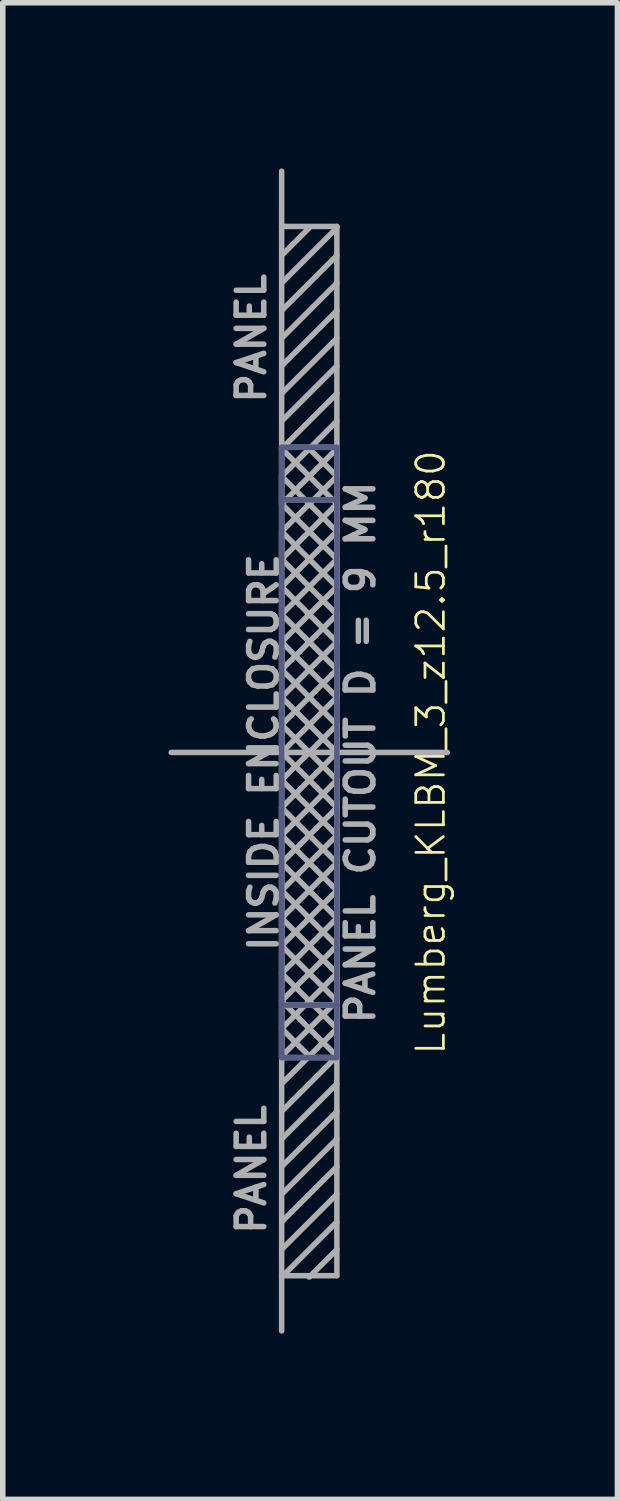
<source format=kicad_pcb>
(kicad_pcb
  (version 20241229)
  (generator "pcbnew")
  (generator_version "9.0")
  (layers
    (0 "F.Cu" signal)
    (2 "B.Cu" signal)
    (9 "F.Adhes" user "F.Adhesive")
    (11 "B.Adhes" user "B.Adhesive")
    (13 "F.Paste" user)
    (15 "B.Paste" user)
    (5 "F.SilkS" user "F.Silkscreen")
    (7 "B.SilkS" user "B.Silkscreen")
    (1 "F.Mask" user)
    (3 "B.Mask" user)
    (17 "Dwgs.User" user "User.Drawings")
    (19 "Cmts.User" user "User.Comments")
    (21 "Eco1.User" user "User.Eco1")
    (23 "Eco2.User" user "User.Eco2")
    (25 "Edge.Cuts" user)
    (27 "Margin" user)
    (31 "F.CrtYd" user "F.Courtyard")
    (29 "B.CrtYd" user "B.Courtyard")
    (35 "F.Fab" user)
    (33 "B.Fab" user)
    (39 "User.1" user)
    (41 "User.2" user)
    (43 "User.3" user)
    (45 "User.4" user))
  (footprint "Lumberg_KLBM_3_z12.5_r180"
    (layer "F.Cu")
    (at 2.05 10.575)
    (property "Reference" "Lumberg_KLBM_3_z12.5_r180" (at 2.7 0 90) (layer "F.SilkS") (effects (font (size 0.5 0.5) (thickness 0.05))))
    (attr through_hole)
    (fp_line (start 0 -5.525) (end 0 -5.5) (stroke (width 0.1) (type solid)) (layer "B.Fab"))
    (fp_line (start 0 -5.5) (end 0 -4.5) (stroke (width 0.1) (type solid)) (layer "B.Fab"))
    (fp_line (start 0 -4.575) (end 1 -4.575) (stroke (width 0.1) (type solid)) (layer "B.Fab"))
    (fp_line (start 0 4.5) (end 0 -5.5) (stroke (width 0.1) (type solid)) (layer "B.Fab"))
    (fp_line (start 0 4.575) (end 1 4.575) (stroke (width 0.1) (type solid)) (layer "B.Fab"))
    (fp_line (start 0 5.5) (end 0 4.5) (stroke (width 0.1) (type solid)) (layer "B.Fab"))
    (fp_line (start 0 5.525) (end 0 5.45) (stroke (width 0.1) (type solid)) (layer "B.Fab"))
    (fp_line (start 1 -5.525) (end 0 -5.525) (stroke (width 0.1) (type solid)) (layer "B.Fab"))
    (fp_line (start 1 -5.5) (end 1 -5.525) (stroke (width 0.1) (type solid)) (layer "B.Fab"))
    (fp_line (start 1 -5.5) (end 1 5.5) (stroke (width 0.1) (type solid)) (layer "B.Fab"))
    (fp_line (start 1 5.525) (end 0 5.525) (stroke (width 0.1) (type solid)) (layer "B.Fab"))
    (fp_line (start -2 0) (end 3 0) (stroke (width 0.1) (type solid)) (layer "F.Fab"))
    (fp_line (start 0 -9.525) (end 0 -10.525) (stroke (width 0.1) (type solid)) (layer "F.Fab"))
    (fp_line (start 0 -9.525) (end 1 -9.525) (stroke (width 0.1) (type solid)) (layer "F.Fab"))
    (fp_line (start 0 -9) (end 0.5 -9.5) (stroke (width 0.1) (type solid)) (layer "F.Fab"))
    (fp_line (start 0 -6.5) (end 1 -7.5) (stroke (width 0.1) (type solid)) (layer "F.Fab"))
    (fp_line (start 0 -5.525) (end 1 -5.525) (stroke (width 0.1) (type solid)) (layer "F.Fab"))
    (fp_line (start 0 -5.5) (end 1 -6.5) (stroke (width 0.1) (type solid)) (layer "F.Fab"))
    (fp_line (start 0 -5.5) (end 1 -4.5) (stroke (width 0.1) (type solid)) (layer "F.Fab"))
    (fp_line (start 0 -5) (end 0.5 -5.5) (stroke (width 0.1) (type solid)) (layer "F.Fab"))
    (fp_line (start 0 -5) (end 1 -4) (stroke (width 0.1) (type solid)) (layer "F.Fab"))
    (fp_line (start 0 -4.575) (end 1 -4.575) (stroke (width 0.1) (type solid)) (layer "F.Fab"))
    (fp_line (start 0 -4.5) (end 0 -5) (stroke (width 0.1) (type solid)) (layer "F.Fab"))
    (fp_line (start 0 -4.5) (end 1 -3.5) (stroke (width 0.1) (type solid)) (layer "F.Fab"))
    (fp_line (start 0 -4) (end 1 -5) (stroke (width 0.1) (type solid)) (layer "F.Fab"))
    (fp_line (start 0 -4) (end 1 -3) (stroke (width 0.1) (type solid)) (layer "F.Fab"))
    (fp_line (start 0 -3.5) (end 0 -4) (stroke (width 0.1) (type solid)) (layer "F.Fab"))
    (fp_line (start 0 -3.5) (end 1 -2.5) (stroke (width 0.1) (type solid)) (layer "F.Fab"))
    (fp_line (start 0 -3) (end 1 -4) (stroke (width 0.1) (type solid)) (layer "F.Fab"))
    (fp_line (start 0 -3) (end 1 -2) (stroke (width 0.1) (type solid)) (layer "F.Fab"))
    (fp_line (start 0 -2.5) (end 0 -3) (stroke (width 0.1) (type solid)) (layer "F.Fab"))
    (fp_line (start 0 -2) (end 1 -3) (stroke (width 0.1) (type solid)) (layer "F.Fab"))
    (fp_line (start 0 -2) (end 1 -1) (stroke (width 0.1) (type solid)) (layer "F.Fab"))
    (fp_line (start 0 -1.5) (end 0 -2) (stroke (width 0.1) (type solid)) (layer "F.Fab"))
    (fp_line (start 0 -1.5) (end 1 -0.5) (stroke (width 0.1) (type solid)) (layer "F.Fab"))
    (fp_line (start 0 -1) (end 1 -2) (stroke (width 0.1) (type solid)) (layer "F.Fab"))
    (fp_line (start 0 -0.5) (end 0 -1) (stroke (width 0.1) (type solid)) (layer "F.Fab"))
    (fp_line (start 0 -0.5) (end 0 0) (stroke (width 0.1) (type solid)) (layer "F.Fab"))
    (fp_line (start 0 0) (end 1 -1) (stroke (width 0.1) (type solid)) (layer "F.Fab"))
    (fp_line (start 0 0) (end 1 1) (stroke (width 0.1) (type solid)) (layer "F.Fab"))
    (fp_line (start 0 0.5) (end 0 0) (stroke (width 0.1) (type solid)) (layer "F.Fab"))
    (fp_line (start 0 1) (end 1 0) (stroke (width 0.1) (type solid)) (layer "F.Fab"))
    (fp_line (start 0 1) (end 1 2) (stroke (width 0.1) (type solid)) (layer "F.Fab"))
    (fp_line (start 0 1.5) (end 0 1) (stroke (width 0.1) (type solid)) (layer "F.Fab"))
    (fp_line (start 0 1.5) (end 0 2) (stroke (width 0.1) (type solid)) (layer "F.Fab"))
    (fp_line (start 0 2) (end 1 1) (stroke (width 0.1) (type solid)) (layer "F.Fab"))
    (fp_line (start 0 2) (end 1 3) (stroke (width 0.1) (type solid)) (layer "F.Fab"))
    (fp_line (start 0 2.5) (end 0 2) (stroke (width 0.1) (type solid)) (layer "F.Fab"))
    (fp_line (start 0 2.5) (end 0 3) (stroke (width 0.1) (type solid)) (layer "F.Fab"))
    (fp_line (start 0 3) (end 1 2) (stroke (width 0.1) (type solid)) (layer "F.Fab"))
    (fp_line (start 0 3) (end 1 4) (stroke (width 0.1) (type solid)) (layer "F.Fab"))
    (fp_line (start 0 3.5) (end 0 3) (stroke (width 0.1) (type solid)) (layer "F.Fab"))
    (fp_line (start 0 3.5) (end 0 4) (stroke (width 0.1) (type solid)) (layer "F.Fab"))
    (fp_line (start 0 4) (end 1 3) (stroke (width 0.1) (type solid)) (layer "F.Fab"))
    (fp_line (start 0 4) (end 1 5) (stroke (width 0.1) (type solid)) (layer "F.Fab"))
    (fp_line (start 0 4.5) (end 0 4) (stroke (width 0.1) (type solid)) (layer "F.Fab"))
    (fp_line (start 0 4.5) (end 0 5) (stroke (width 0.1) (type solid)) (layer "F.Fab"))
    (fp_line (start 0 4.575) (end 1 4.575) (stroke (width 0.1) (type solid)) (layer "F.Fab"))
    (fp_line (start 0 5) (end 0.5 5.5) (stroke (width 0.1) (type solid)) (layer "F.Fab"))
    (fp_line (start 0 5) (end 1 4) (stroke (width 0.1) (type solid)) (layer "F.Fab"))
    (fp_line (start 0 5.5) (end 0 5) (stroke (width 0.1) (type solid)) (layer "F.Fab"))
    (fp_line (start 0 5.525) (end 1 5.525) (stroke (width 0.1) (type solid)) (layer "F.Fab"))
    (fp_line (start 0 7) (end 1 6) (stroke (width 0.1) (type solid)) (layer "F.Fab"))
    (fp_line (start 0 8) (end 1 7) (stroke (width 0.1) (type solid)) (layer "F.Fab"))
    (fp_line (start 0 9) (end 1 8) (stroke (width 0.1) (type solid)) (layer "F.Fab"))
    (fp_line (start 0 9.475) (end 0 -9.525) (stroke (width 0.1) (type solid)) (layer "F.Fab"))
    (fp_line (start 0 9.475) (end 0 10.475) (stroke (width 0.1) (type solid)) (layer "F.Fab"))
    (fp_line (start 0.5 -5.5) (end 1 -5) (stroke (width 0.1) (type solid)) (layer "F.Fab"))
    (fp_line (start 0.5 5.5) (end 0 6) (stroke (width 0.1) (type solid)) (layer "F.Fab"))
    (fp_line (start 0.5 5.5) (end 1 5) (stroke (width 0.1) (type solid)) (layer "F.Fab"))
    (fp_line (start 0.5 9.5) (end 1 9) (stroke (width 0.1) (type solid)) (layer "F.Fab"))
    (fp_line (start 1 -9.525) (end 1 9.475) (stroke (width 0.1) (type solid)) (layer "F.Fab"))
    (fp_line (start 1 -9.5) (end 0 -8.5) (stroke (width 0.1) (type solid)) (layer "F.Fab"))
    (fp_line (start 1 -9) (end 0 -8) (stroke (width 0.1) (type solid)) (layer "F.Fab"))
    (fp_line (start 1 -8.5) (end 0 -7.5) (stroke (width 0.1) (type solid)) (layer "F.Fab"))
    (fp_line (start 1 -8) (end 0 -7) (stroke (width 0.1) (type solid)) (layer "F.Fab"))
    (fp_line (start 1 -7) (end 0 -6) (stroke (width 0.1) (type solid)) (layer "F.Fab"))
    (fp_line (start 1 -6) (end 0.5 -5.5) (stroke (width 0.1) (type solid)) (layer "F.Fab"))
    (fp_line (start 1 -5.5) (end 0 -4.5) (stroke (width 0.1) (type solid)) (layer "F.Fab"))
    (fp_line (start 1 -5) (end 1 -5.5) (stroke (width 0.1) (type solid)) (layer "F.Fab"))
    (fp_line (start 1 -4.5) (end 0 -3.5) (stroke (width 0.1) (type solid)) (layer "F.Fab"))
    (fp_line (start 1 -4) (end 1 -4.5) (stroke (width 0.1) (type solid)) (layer "F.Fab"))
    (fp_line (start 1 -3.5) (end 0 -2.5) (stroke (width 0.1) (type solid)) (layer "F.Fab"))
    (fp_line (start 1 -3) (end 1 -3.5) (stroke (width 0.1) (type solid)) (layer "F.Fab"))
    (fp_line (start 1 -2.5) (end 0 -1.5) (stroke (width 0.1) (type solid)) (layer "F.Fab"))
    (fp_line (start 1 -2) (end 1 -2.5) (stroke (width 0.1) (type solid)) (layer "F.Fab"))
    (fp_line (start 1 -1.5) (end 0 -2.5) (stroke (width 0.1) (type solid)) (layer "F.Fab"))
    (fp_line (start 1 -1.5) (end 0 -0.5) (stroke (width 0.1) (type solid)) (layer "F.Fab"))
    (fp_line (start 1 -1) (end 1 -1.5) (stroke (width 0.1) (type solid)) (layer "F.Fab"))
    (fp_line (start 1 -0.5) (end 0 0.5) (stroke (width 0.1) (type solid)) (layer "F.Fab"))
    (fp_line (start 1 -0.5) (end 1 0) (stroke (width 0.1) (type solid)) (layer "F.Fab"))
    (fp_line (start 1 0) (end 0 -1) (stroke (width 0.1) (type solid)) (layer "F.Fab"))
    (fp_line (start 1 0) (end 1 -0.5) (stroke (width 0.1) (type solid)) (layer "F.Fab"))
    (fp_line (start 1 0.5) (end 0 -0.5) (stroke (width 0.1) (type solid)) (layer "F.Fab"))
    (fp_line (start 1 0.5) (end 0 1.5) (stroke (width 0.1) (type solid)) (layer "F.Fab"))
    (fp_line (start 1 1) (end 1 0.5) (stroke (width 0.1) (type solid)) (layer "F.Fab"))
    (fp_line (start 1 1) (end 1 1.5) (stroke (width 0.1) (type solid)) (layer "F.Fab"))
    (fp_line (start 1 1.5) (end 0 0.5) (stroke (width 0.1) (type solid)) (layer "F.Fab"))
    (fp_line (start 1 1.5) (end 0 2.5) (stroke (width 0.1) (type solid)) (layer "F.Fab"))
    (fp_line (start 1 2) (end 1 1.5) (stroke (width 0.1) (type solid)) (layer "F.Fab"))
    (fp_line (start 1 2) (end 1 2.5) (stroke (width 0.1) (type solid)) (layer "F.Fab"))
    (fp_line (start 1 2.5) (end 0 1.5) (stroke (width 0.1) (type solid)) (layer "F.Fab"))
    (fp_line (start 1 2.5) (end 0 3.5) (stroke (width 0.1) (type solid)) (layer "F.Fab"))
    (fp_line (start 1 3) (end 1 2.5) (stroke (width 0.1) (type solid)) (layer "F.Fab"))
    (fp_line (start 1 3) (end 1 3.5) (stroke (width 0.1) (type solid)) (layer "F.Fab"))
    (fp_line (start 1 3.5) (end 0 2.5) (stroke (width 0.1) (type solid)) (layer "F.Fab"))
    (fp_line (start 1 3.5) (end 0 4.5) (stroke (width 0.1) (type solid)) (layer "F.Fab"))
    (fp_line (start 1 4) (end 1 3.5) (stroke (width 0.1) (type solid)) (layer "F.Fab"))
    (fp_line (start 1 4) (end 1 4.5) (stroke (width 0.1) (type solid)) (layer "F.Fab"))
    (fp_line (start 1 4.5) (end 0 3.5) (stroke (width 0.1) (type solid)) (layer "F.Fab"))
    (fp_line (start 1 4.5) (end 0 5.5) (stroke (width 0.1) (type solid)) (layer "F.Fab"))
    (fp_line (start 1 5) (end 1 4.5) (stroke (width 0.1) (type solid)) (layer "F.Fab"))
    (fp_line (start 1 5) (end 1 5.5) (stroke (width 0.1) (type solid)) (layer "F.Fab"))
    (fp_line (start 1 5.5) (end 0 4.5) (stroke (width 0.1) (type solid)) (layer "F.Fab"))
    (fp_line (start 1 5.5) (end 0 6.5) (stroke (width 0.1) (type solid)) (layer "F.Fab"))
    (fp_line (start 1 6.5) (end 0 7.5) (stroke (width 0.1) (type solid)) (layer "F.Fab"))
    (fp_line (start 1 7.5) (end 0 8.5) (stroke (width 0.1) (type solid)) (layer "F.Fab"))
    (fp_line (start 1 8.5) (end 0 9.5) (stroke (width 0.1) (type solid)) (layer "F.Fab"))
    (fp_line (start 1 9.475) (end 0 9.475) (stroke (width 0.1) (type solid)) (layer "F.Fab"))
    (fp_text user "PANEL" (at -0.55 -7.5 90) (layer "F.Fab") (effects (font (size 0.5 0.5) (thickness 0.1))))
    (fp_text user "PANEL CUTOUT D = 9 MM" (at 1.425 0 90) (layer "F.Fab") (effects (font (size 0.5 0.5) (thickness 0.1))))
    (fp_text user "PANEL" (at -0.55 7.55 90) (layer "F.Fab") (effects (font (size 0.5 0.5) (thickness 0.1))))
    (fp_text user "INSIDE ENCLOSURE" (at -0.325 0 90) (layer "F.Fab") (effects (font (size 0.5 0.5) (thickness 0.1)))))
  (gr_rect
    (start -3 -3)
    (end 8.13 24.1)
    (stroke (width 0.1) (type default))
    (fill no)
    (layer "Edge.Cuts")))
</source>
